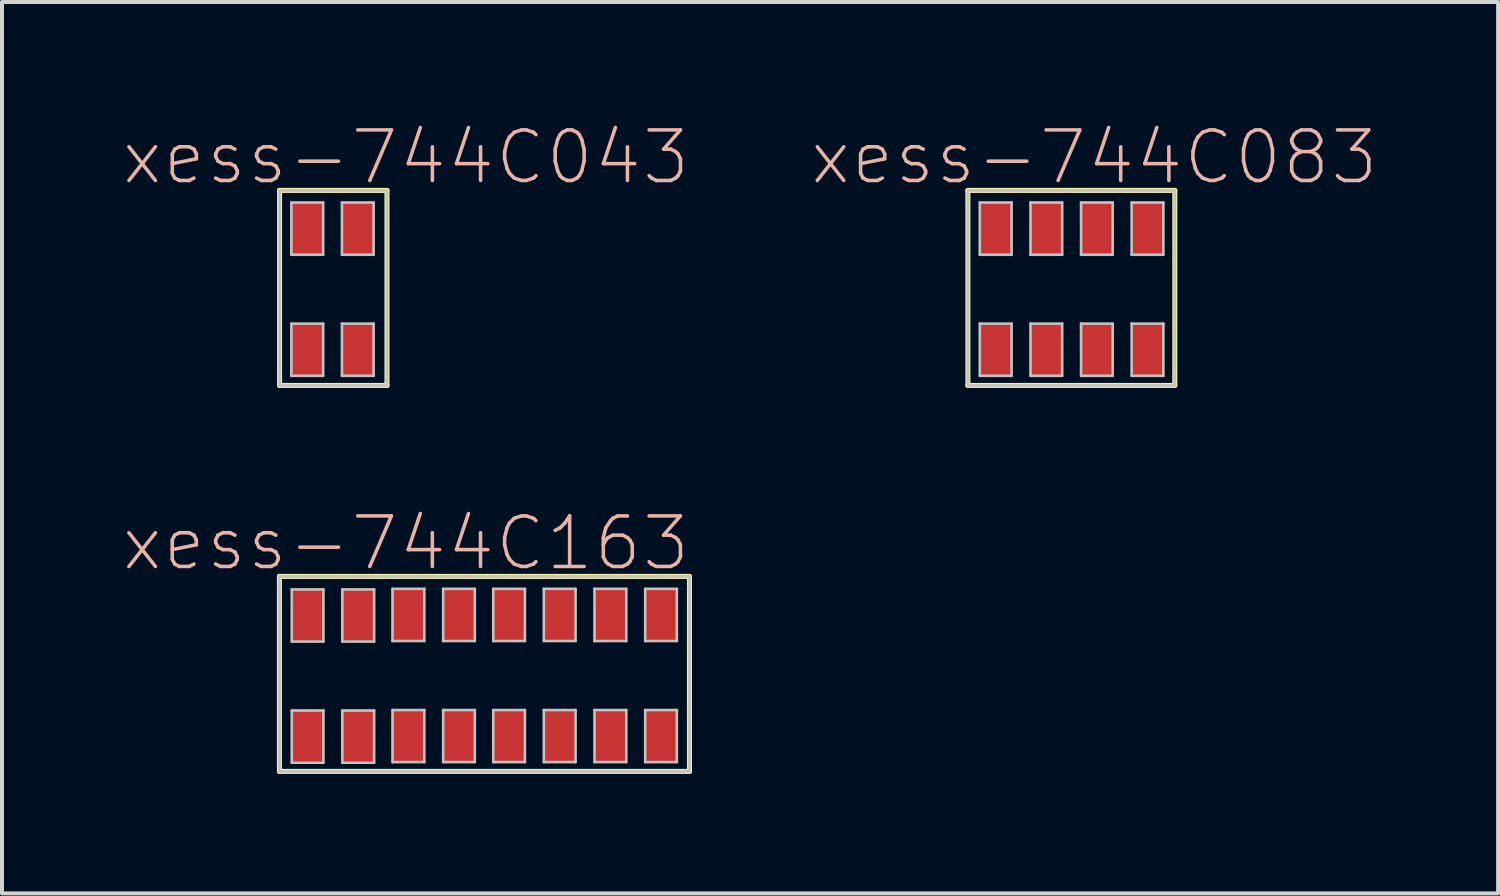
<source format=kicad_pcb>
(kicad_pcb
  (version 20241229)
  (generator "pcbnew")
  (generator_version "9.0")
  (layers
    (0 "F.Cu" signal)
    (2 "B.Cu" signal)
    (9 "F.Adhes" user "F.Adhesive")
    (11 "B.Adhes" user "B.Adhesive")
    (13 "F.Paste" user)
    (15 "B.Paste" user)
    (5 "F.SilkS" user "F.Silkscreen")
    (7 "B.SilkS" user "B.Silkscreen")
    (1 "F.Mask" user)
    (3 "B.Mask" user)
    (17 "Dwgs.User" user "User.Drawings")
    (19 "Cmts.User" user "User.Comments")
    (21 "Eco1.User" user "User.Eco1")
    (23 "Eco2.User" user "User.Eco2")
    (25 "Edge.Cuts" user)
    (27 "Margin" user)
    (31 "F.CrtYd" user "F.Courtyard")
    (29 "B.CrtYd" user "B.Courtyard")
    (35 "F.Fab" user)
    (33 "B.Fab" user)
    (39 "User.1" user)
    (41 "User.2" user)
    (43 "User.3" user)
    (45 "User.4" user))
  (footprint "xess-744C043"
    (layer "F.Cu")
    (at 5.268 4.231)
    (property "Reference" "xess-744C043" (at 1.875 -3.332 0) (layer "B.SilkS") (effects (font (size 1.27 1.27) (thickness 0.089))))
    (attr smd)
    (fp_line (start -1.298 -2.499) (end 1.4 -2.499) (stroke (width 0.127) (type solid)) (layer "F.SilkS"))
    (fp_line (start -1.298 2.398) (end -1.298 -2.499) (stroke (width 0.127) (type solid)) (layer "F.SilkS"))
    (fp_line (start 1.4 -2.499) (end 1.4 2.398) (stroke (width 0.127) (type solid)) (layer "F.SilkS"))
    (fp_line (start 1.4 2.398) (end -1.298 2.398) (stroke (width 0.127) (type solid)) (layer "F.SilkS"))
    (fp_line (start -1.298 -2.499) (end 1.4 -2.499) (stroke (width 0.066) (type solid)) (layer "Dwgs.User"))
    (fp_line (start -1.298 2.398) (end -1.298 -2.499) (stroke (width 0.066) (type solid)) (layer "Dwgs.User"))
    (fp_line (start -1.298 2.398) (end 1.4 2.398) (stroke (width 0.066) (type solid)) (layer "Dwgs.User"))
    (fp_line (start -1.001 -2.195) (end -0.203 -2.195) (stroke (width 0.066) (type solid)) (layer "Dwgs.User"))
    (fp_line (start -1.001 -0.884) (end -1.001 -2.195) (stroke (width 0.066) (type solid)) (layer "Dwgs.User"))
    (fp_line (start -1.001 -0.884) (end -0.203 -0.884) (stroke (width 0.066) (type solid)) (layer "Dwgs.User"))
    (fp_line (start -1.001 0.846) (end -0.203 0.846) (stroke (width 0.066) (type solid)) (layer "Dwgs.User"))
    (fp_line (start -1.001 2.156) (end -1.001 0.846) (stroke (width 0.066) (type solid)) (layer "Dwgs.User"))
    (fp_line (start -1.001 2.156) (end -0.203 2.156) (stroke (width 0.066) (type solid)) (layer "Dwgs.User"))
    (fp_line (start -0.203 -0.884) (end -0.203 -2.195) (stroke (width 0.066) (type solid)) (layer "Dwgs.User"))
    (fp_line (start -0.203 2.156) (end -0.203 0.846) (stroke (width 0.066) (type solid)) (layer "Dwgs.User"))
    (fp_line (start 0.269 -2.195) (end 1.064 -2.195) (stroke (width 0.066) (type solid)) (layer "Dwgs.User"))
    (fp_line (start 0.269 -0.884) (end 0.269 -2.195) (stroke (width 0.066) (type solid)) (layer "Dwgs.User"))
    (fp_line (start 0.269 -0.884) (end 1.064 -0.884) (stroke (width 0.066) (type solid)) (layer "Dwgs.User"))
    (fp_line (start 0.269 0.846) (end 1.064 0.846) (stroke (width 0.066) (type solid)) (layer "Dwgs.User"))
    (fp_line (start 0.269 2.156) (end 0.269 0.846) (stroke (width 0.066) (type solid)) (layer "Dwgs.User"))
    (fp_line (start 0.269 2.156) (end 1.064 2.156) (stroke (width 0.066) (type solid)) (layer "Dwgs.User"))
    (fp_line (start 1.064 -0.884) (end 1.064 -2.195) (stroke (width 0.066) (type solid)) (layer "Dwgs.User"))
    (fp_line (start 1.064 2.156) (end 1.064 0.846) (stroke (width 0.066) (type solid)) (layer "Dwgs.User"))
    (fp_line (start 1.4 2.398) (end 1.4 -2.499) (stroke (width 0.066) (type solid)) (layer "Dwgs.User"))
    (pad "1" smd rect (at -0.599 1.499) (size 0.798 1.298) (layers "F.Cu" "F.Mask" "F.Paste"))
    (pad "2" smd rect (at 0.668 1.499) (size 0.798 1.298) (layers "F.Cu" "F.Mask" "F.Paste"))
    (pad "3" smd rect (at 0.668 -1.539) (size 0.798 1.298) (layers "F.Cu" "F.Mask" "F.Paste"))
    (pad "4" smd rect (at -0.599 -1.539) (size 0.798 1.298) (layers "F.Cu" "F.Mask" "F.Paste")))
  (footprint "xess-744C163"
    (layer "F.Cu")
    (at 9.065 13.924)
    (property "Reference" "xess-744C163" (at -1.923 -3.332 0) (layer "B.SilkS") (effects (font (size 1.27 1.27) (thickness 0.089))))
    (attr smd)
    (fp_line (start -5.098 -2.499) (end 5.199 -2.499) (stroke (width 0.127) (type solid)) (layer "F.SilkS"))
    (fp_line (start -5.098 2.398) (end -5.098 -2.499) (stroke (width 0.127) (type solid)) (layer "F.SilkS"))
    (fp_line (start 5.199 -2.499) (end 5.199 2.398) (stroke (width 0.127) (type solid)) (layer "F.SilkS"))
    (fp_line (start 5.199 2.398) (end -5.098 2.398) (stroke (width 0.127) (type solid)) (layer "F.SilkS"))
    (fp_line (start -5.098 -2.499) (end 5.199 -2.499) (stroke (width 0.066) (type solid)) (layer "Dwgs.User"))
    (fp_line (start -5.098 2.398) (end -5.098 -2.499) (stroke (width 0.066) (type solid)) (layer "Dwgs.User"))
    (fp_line (start -5.098 2.398) (end 5.199 2.398) (stroke (width 0.066) (type solid)) (layer "Dwgs.User"))
    (fp_line (start -4.788 -2.172) (end -3.993 -2.172) (stroke (width 0.066) (type solid)) (layer "Dwgs.User"))
    (fp_line (start -4.788 -0.864) (end -4.788 -2.172) (stroke (width 0.066) (type solid)) (layer "Dwgs.User"))
    (fp_line (start -4.788 -0.864) (end -3.993 -0.864) (stroke (width 0.066) (type solid)) (layer "Dwgs.User"))
    (fp_line (start -4.788 0.869) (end -3.993 0.869) (stroke (width 0.066) (type solid)) (layer "Dwgs.User"))
    (fp_line (start -4.788 2.179) (end -4.788 0.869) (stroke (width 0.066) (type solid)) (layer "Dwgs.User"))
    (fp_line (start -4.788 2.179) (end -3.993 2.179) (stroke (width 0.066) (type solid)) (layer "Dwgs.User"))
    (fp_line (start -3.993 -0.864) (end -3.993 -2.172) (stroke (width 0.066) (type solid)) (layer "Dwgs.User"))
    (fp_line (start -3.993 2.179) (end -3.993 0.869) (stroke (width 0.066) (type solid)) (layer "Dwgs.User"))
    (fp_line (start -3.518 -2.172) (end -2.72 -2.172) (stroke (width 0.066) (type solid)) (layer "Dwgs.User"))
    (fp_line (start -3.518 -0.864) (end -3.518 -2.172) (stroke (width 0.066) (type solid)) (layer "Dwgs.User"))
    (fp_line (start -3.518 -0.864) (end -2.72 -0.864) (stroke (width 0.066) (type solid)) (layer "Dwgs.User"))
    (fp_line (start -3.518 0.869) (end -2.72 0.869) (stroke (width 0.066) (type solid)) (layer "Dwgs.User"))
    (fp_line (start -3.518 2.179) (end -3.518 0.869) (stroke (width 0.066) (type solid)) (layer "Dwgs.User"))
    (fp_line (start -3.518 2.179) (end -2.72 2.179) (stroke (width 0.066) (type solid)) (layer "Dwgs.User"))
    (fp_line (start -2.72 -0.864) (end -2.72 -2.172) (stroke (width 0.066) (type solid)) (layer "Dwgs.User"))
    (fp_line (start -2.72 2.179) (end -2.72 0.869) (stroke (width 0.066) (type solid)) (layer "Dwgs.User"))
    (fp_line (start -2.258 -2.187) (end -1.46 -2.187) (stroke (width 0.066) (type solid)) (layer "Dwgs.User"))
    (fp_line (start -2.258 -0.876) (end -2.258 -2.187) (stroke (width 0.066) (type solid)) (layer "Dwgs.User"))
    (fp_line (start -2.258 -0.876) (end -1.46 -0.876) (stroke (width 0.066) (type solid)) (layer "Dwgs.User"))
    (fp_line (start -2.258 0.856) (end -1.46 0.856) (stroke (width 0.066) (type solid)) (layer "Dwgs.User"))
    (fp_line (start -2.258 2.164) (end -2.258 0.856) (stroke (width 0.066) (type solid)) (layer "Dwgs.User"))
    (fp_line (start -2.258 2.164) (end -1.46 2.164) (stroke (width 0.066) (type solid)) (layer "Dwgs.User"))
    (fp_line (start -1.46 -0.876) (end -1.46 -2.187) (stroke (width 0.066) (type solid)) (layer "Dwgs.User"))
    (fp_line (start -1.46 2.164) (end -1.46 0.856) (stroke (width 0.066) (type solid)) (layer "Dwgs.User"))
    (fp_line (start -0.986 -2.187) (end -0.191 -2.187) (stroke (width 0.066) (type solid)) (layer "Dwgs.User"))
    (fp_line (start -0.986 -0.876) (end -0.986 -2.187) (stroke (width 0.066) (type solid)) (layer "Dwgs.User"))
    (fp_line (start -0.986 -0.876) (end -0.191 -0.876) (stroke (width 0.066) (type solid)) (layer "Dwgs.User"))
    (fp_line (start -0.986 0.856) (end -0.191 0.856) (stroke (width 0.066) (type solid)) (layer "Dwgs.User"))
    (fp_line (start -0.986 2.164) (end -0.986 0.856) (stroke (width 0.066) (type solid)) (layer "Dwgs.User"))
    (fp_line (start -0.986 2.164) (end -0.191 2.164) (stroke (width 0.066) (type solid)) (layer "Dwgs.User"))
    (fp_line (start -0.191 -0.876) (end -0.191 -2.187) (stroke (width 0.066) (type solid)) (layer "Dwgs.User"))
    (fp_line (start -0.191 2.164) (end -0.191 0.856) (stroke (width 0.066) (type solid)) (layer "Dwgs.User"))
    (fp_line (start 0.272 -2.187) (end 1.067 -2.187) (stroke (width 0.066) (type solid)) (layer "Dwgs.User"))
    (fp_line (start 0.272 -0.876) (end 0.272 -2.187) (stroke (width 0.066) (type solid)) (layer "Dwgs.User"))
    (fp_line (start 0.272 -0.876) (end 1.067 -0.876) (stroke (width 0.066) (type solid)) (layer "Dwgs.User"))
    (fp_line (start 0.272 0.856) (end 1.067 0.856) (stroke (width 0.066) (type solid)) (layer "Dwgs.User"))
    (fp_line (start 0.272 2.164) (end 0.272 0.856) (stroke (width 0.066) (type solid)) (layer "Dwgs.User"))
    (fp_line (start 0.272 2.164) (end 1.067 2.164) (stroke (width 0.066) (type solid)) (layer "Dwgs.User"))
    (fp_line (start 1.067 -0.876) (end 1.067 -2.187) (stroke (width 0.066) (type solid)) (layer "Dwgs.User"))
    (fp_line (start 1.067 2.164) (end 1.067 0.856) (stroke (width 0.066) (type solid)) (layer "Dwgs.User"))
    (fp_line (start 1.542 -2.187) (end 2.339 -2.187) (stroke (width 0.066) (type solid)) (layer "Dwgs.User"))
    (fp_line (start 1.542 -0.876) (end 1.542 -2.187) (stroke (width 0.066) (type solid)) (layer "Dwgs.User"))
    (fp_line (start 1.542 -0.876) (end 2.339 -0.876) (stroke (width 0.066) (type solid)) (layer "Dwgs.User"))
    (fp_line (start 1.542 0.856) (end 2.339 0.856) (stroke (width 0.066) (type solid)) (layer "Dwgs.User"))
    (fp_line (start 1.542 2.164) (end 1.542 0.856) (stroke (width 0.066) (type solid)) (layer "Dwgs.User"))
    (fp_line (start 1.542 2.164) (end 2.339 2.164) (stroke (width 0.066) (type solid)) (layer "Dwgs.User"))
    (fp_line (start 2.339 -0.876) (end 2.339 -2.187) (stroke (width 0.066) (type solid)) (layer "Dwgs.User"))
    (fp_line (start 2.339 2.164) (end 2.339 0.856) (stroke (width 0.066) (type solid)) (layer "Dwgs.User"))
    (fp_line (start 2.814 -2.187) (end 3.612 -2.187) (stroke (width 0.066) (type solid)) (layer "Dwgs.User"))
    (fp_line (start 2.814 -0.876) (end 2.814 -2.187) (stroke (width 0.066) (type solid)) (layer "Dwgs.User"))
    (fp_line (start 2.814 -0.876) (end 3.612 -0.876) (stroke (width 0.066) (type solid)) (layer "Dwgs.User"))
    (fp_line (start 2.814 0.856) (end 3.612 0.856) (stroke (width 0.066) (type solid)) (layer "Dwgs.User"))
    (fp_line (start 2.814 2.164) (end 2.814 0.856) (stroke (width 0.066) (type solid)) (layer "Dwgs.User"))
    (fp_line (start 2.814 2.164) (end 3.612 2.164) (stroke (width 0.066) (type solid)) (layer "Dwgs.User"))
    (fp_line (start 3.612 -0.876) (end 3.612 -2.187) (stroke (width 0.066) (type solid)) (layer "Dwgs.User"))
    (fp_line (start 3.612 2.164) (end 3.612 0.856) (stroke (width 0.066) (type solid)) (layer "Dwgs.User"))
    (fp_line (start 4.087 -2.187) (end 4.882 -2.187) (stroke (width 0.066) (type solid)) (layer "Dwgs.User"))
    (fp_line (start 4.087 -0.876) (end 4.087 -2.187) (stroke (width 0.066) (type solid)) (layer "Dwgs.User"))
    (fp_line (start 4.087 -0.876) (end 4.882 -0.876) (stroke (width 0.066) (type solid)) (layer "Dwgs.User"))
    (fp_line (start 4.087 0.856) (end 4.882 0.856) (stroke (width 0.066) (type solid)) (layer "Dwgs.User"))
    (fp_line (start 4.087 2.164) (end 4.087 0.856) (stroke (width 0.066) (type solid)) (layer "Dwgs.User"))
    (fp_line (start 4.087 2.164) (end 4.882 2.164) (stroke (width 0.066) (type solid)) (layer "Dwgs.User"))
    (fp_line (start 4.882 -0.876) (end 4.882 -2.187) (stroke (width 0.066) (type solid)) (layer "Dwgs.User"))
    (fp_line (start 4.882 2.164) (end 4.882 0.856) (stroke (width 0.066) (type solid)) (layer "Dwgs.User"))
    (fp_line (start 5.199 2.398) (end 5.199 -2.499) (stroke (width 0.066) (type solid)) (layer "Dwgs.User"))
    (pad "1" smd rect (at -4.399 1.499) (size 0.798 1.298) (layers "F.Cu" "F.Mask" "F.Paste"))
    (pad "2" smd rect (at -3.129 1.499) (size 0.798 1.298) (layers "F.Cu" "F.Mask" "F.Paste"))
    (pad "3" smd rect (at -1.859 1.499) (size 0.798 1.298) (layers "F.Cu" "F.Mask" "F.Paste"))
    (pad "4" smd rect (at -0.589 1.499) (size 0.798 1.298) (layers "F.Cu" "F.Mask" "F.Paste"))
    (pad "5" smd rect (at 0.678 1.499) (size 0.798 1.298) (layers "F.Cu" "F.Mask" "F.Paste"))
    (pad "6" smd rect (at 1.948 1.499) (size 0.798 1.298) (layers "F.Cu" "F.Mask" "F.Paste"))
    (pad "7" smd rect (at 3.218 1.499) (size 0.798 1.298) (layers "F.Cu" "F.Mask" "F.Paste"))
    (pad "8" smd rect (at 4.488 1.499) (size 0.798 1.298) (layers "F.Cu" "F.Mask" "F.Paste"))
    (pad "9" smd rect (at 4.488 -1.539) (size 0.798 1.298) (layers "F.Cu" "F.Mask" "F.Paste"))
    (pad "10" smd rect (at 3.218 -1.539) (size 0.798 1.298) (layers "F.Cu" "F.Mask" "F.Paste"))
    (pad "11" smd rect (at 1.948 -1.539) (size 0.798 1.298) (layers "F.Cu" "F.Mask" "F.Paste"))
    (pad "12" smd rect (at 0.678 -1.539) (size 0.798 1.298) (layers "F.Cu" "F.Mask" "F.Paste"))
    (pad "13" smd rect (at -0.589 -1.539) (size 0.798 1.298) (layers "F.Cu" "F.Mask" "F.Paste"))
    (pad "14" smd rect (at -1.859 -1.539) (size 0.798 1.298) (layers "F.Cu" "F.Mask" "F.Paste"))
    (pad "15" smd rect (at -3.129 -1.539) (size 0.798 1.298) (layers "F.Cu" "F.Mask" "F.Paste"))
    (pad "16" smd rect (at -4.399 -1.539) (size 0.798 1.298) (layers "F.Cu" "F.Mask" "F.Paste")))
  (footprint "xess-744C083"
    (layer "F.Cu")
    (at 23.854 4.231)
    (property "Reference" "xess-744C083" (at 0.574 -3.332 0) (layer "B.SilkS") (effects (font (size 1.27 1.27) (thickness 0.089))))
    (attr smd)
    (fp_line (start -2.598 -2.499) (end 2.598 -2.499) (stroke (width 0.127) (type solid)) (layer "F.SilkS"))
    (fp_line (start -2.598 2.398) (end -2.598 -2.499) (stroke (width 0.127) (type solid)) (layer "F.SilkS"))
    (fp_line (start 2.598 -2.499) (end 2.598 2.398) (stroke (width 0.127) (type solid)) (layer "F.SilkS"))
    (fp_line (start 2.598 2.398) (end -2.598 2.398) (stroke (width 0.127) (type solid)) (layer "F.SilkS"))
    (fp_line (start -2.598 -2.499) (end 2.598 -2.499) (stroke (width 0.066) (type solid)) (layer "Dwgs.User"))
    (fp_line (start -2.598 2.398) (end -2.598 -2.499) (stroke (width 0.066) (type solid)) (layer "Dwgs.User"))
    (fp_line (start -2.598 2.398) (end 2.598 2.398) (stroke (width 0.066) (type solid)) (layer "Dwgs.User"))
    (fp_line (start -2.299 -2.195) (end -1.501 -2.195) (stroke (width 0.066) (type solid)) (layer "Dwgs.User"))
    (fp_line (start -2.299 -0.884) (end -2.299 -2.195) (stroke (width 0.066) (type solid)) (layer "Dwgs.User"))
    (fp_line (start -2.299 -0.884) (end -1.501 -0.884) (stroke (width 0.066) (type solid)) (layer "Dwgs.User"))
    (fp_line (start -2.299 0.846) (end -1.501 0.846) (stroke (width 0.066) (type solid)) (layer "Dwgs.User"))
    (fp_line (start -2.299 2.156) (end -2.299 0.846) (stroke (width 0.066) (type solid)) (layer "Dwgs.User"))
    (fp_line (start -2.299 2.156) (end -1.501 2.156) (stroke (width 0.066) (type solid)) (layer "Dwgs.User"))
    (fp_line (start -1.501 -0.884) (end -1.501 -2.195) (stroke (width 0.066) (type solid)) (layer "Dwgs.User"))
    (fp_line (start -1.501 2.156) (end -1.501 0.846) (stroke (width 0.066) (type solid)) (layer "Dwgs.User"))
    (fp_line (start -1.026 -2.195) (end -0.231 -2.195) (stroke (width 0.066) (type solid)) (layer "Dwgs.User"))
    (fp_line (start -1.026 -0.884) (end -1.026 -2.195) (stroke (width 0.066) (type solid)) (layer "Dwgs.User"))
    (fp_line (start -1.026 -0.884) (end -0.231 -0.884) (stroke (width 0.066) (type solid)) (layer "Dwgs.User"))
    (fp_line (start -1.026 0.846) (end -0.231 0.846) (stroke (width 0.066) (type solid)) (layer "Dwgs.User"))
    (fp_line (start -1.026 2.156) (end -1.026 0.846) (stroke (width 0.066) (type solid)) (layer "Dwgs.User"))
    (fp_line (start -1.026 2.156) (end -0.231 2.156) (stroke (width 0.066) (type solid)) (layer "Dwgs.User"))
    (fp_line (start -0.231 -0.884) (end -0.231 -2.195) (stroke (width 0.066) (type solid)) (layer "Dwgs.User"))
    (fp_line (start -0.231 2.156) (end -0.231 0.846) (stroke (width 0.066) (type solid)) (layer "Dwgs.User"))
    (fp_line (start 0.244 -2.195) (end 1.039 -2.195) (stroke (width 0.066) (type solid)) (layer "Dwgs.User"))
    (fp_line (start 0.244 -0.884) (end 0.244 -2.195) (stroke (width 0.066) (type solid)) (layer "Dwgs.User"))
    (fp_line (start 0.244 -0.884) (end 1.039 -0.884) (stroke (width 0.066) (type solid)) (layer "Dwgs.User"))
    (fp_line (start 0.244 0.846) (end 1.039 0.846) (stroke (width 0.066) (type solid)) (layer "Dwgs.User"))
    (fp_line (start 0.244 2.156) (end 0.244 0.846) (stroke (width 0.066) (type solid)) (layer "Dwgs.User"))
    (fp_line (start 0.244 2.156) (end 1.039 2.156) (stroke (width 0.066) (type solid)) (layer "Dwgs.User"))
    (fp_line (start 1.039 -0.884) (end 1.039 -2.195) (stroke (width 0.066) (type solid)) (layer "Dwgs.User"))
    (fp_line (start 1.039 2.156) (end 1.039 0.846) (stroke (width 0.066) (type solid)) (layer "Dwgs.User"))
    (fp_line (start 1.514 -2.195) (end 2.311 -2.195) (stroke (width 0.066) (type solid)) (layer "Dwgs.User"))
    (fp_line (start 1.514 -0.884) (end 1.514 -2.195) (stroke (width 0.066) (type solid)) (layer "Dwgs.User"))
    (fp_line (start 1.514 -0.884) (end 2.311 -0.884) (stroke (width 0.066) (type solid)) (layer "Dwgs.User"))
    (fp_line (start 1.514 0.846) (end 2.311 0.846) (stroke (width 0.066) (type solid)) (layer "Dwgs.User"))
    (fp_line (start 1.514 2.156) (end 1.514 0.846) (stroke (width 0.066) (type solid)) (layer "Dwgs.User"))
    (fp_line (start 1.514 2.156) (end 2.311 2.156) (stroke (width 0.066) (type solid)) (layer "Dwgs.User"))
    (fp_line (start 2.311 -0.884) (end 2.311 -2.195) (stroke (width 0.066) (type solid)) (layer "Dwgs.User"))
    (fp_line (start 2.311 2.156) (end 2.311 0.846) (stroke (width 0.066) (type solid)) (layer "Dwgs.User"))
    (fp_line (start 2.598 2.398) (end 2.598 -2.499) (stroke (width 0.066) (type solid)) (layer "Dwgs.User"))
    (pad "1" smd rect (at -1.9 1.499) (size 0.798 1.298) (layers "F.Cu" "F.Mask" "F.Paste"))
    (pad "2" smd rect (at -0.63 1.499) (size 0.798 1.298) (layers "F.Cu" "F.Mask" "F.Paste"))
    (pad "3" smd rect (at 0.638 1.499) (size 0.798 1.298) (layers "F.Cu" "F.Mask" "F.Paste"))
    (pad "4" smd rect (at 1.908 1.499) (size 0.798 1.298) (layers "F.Cu" "F.Mask" "F.Paste"))
    (pad "5" smd rect (at 1.908 -1.539) (size 0.798 1.298) (layers "F.Cu" "F.Mask" "F.Paste"))
    (pad "6" smd rect (at 0.638 -1.539) (size 0.798 1.298) (layers "F.Cu" "F.Mask" "F.Paste"))
    (pad "7" smd rect (at -0.63 -1.539) (size 0.798 1.298) (layers "F.Cu" "F.Mask" "F.Paste"))
    (pad "8" smd rect (at -1.9 -1.539) (size 0.798 1.298) (layers "F.Cu" "F.Mask" "F.Paste")))
  (gr_rect
    (start -3 -3)
    (end 34.57 19.385)
    (stroke (width 0.1) (type default))
    (fill no)
    (layer "Edge.Cuts")))
</source>
